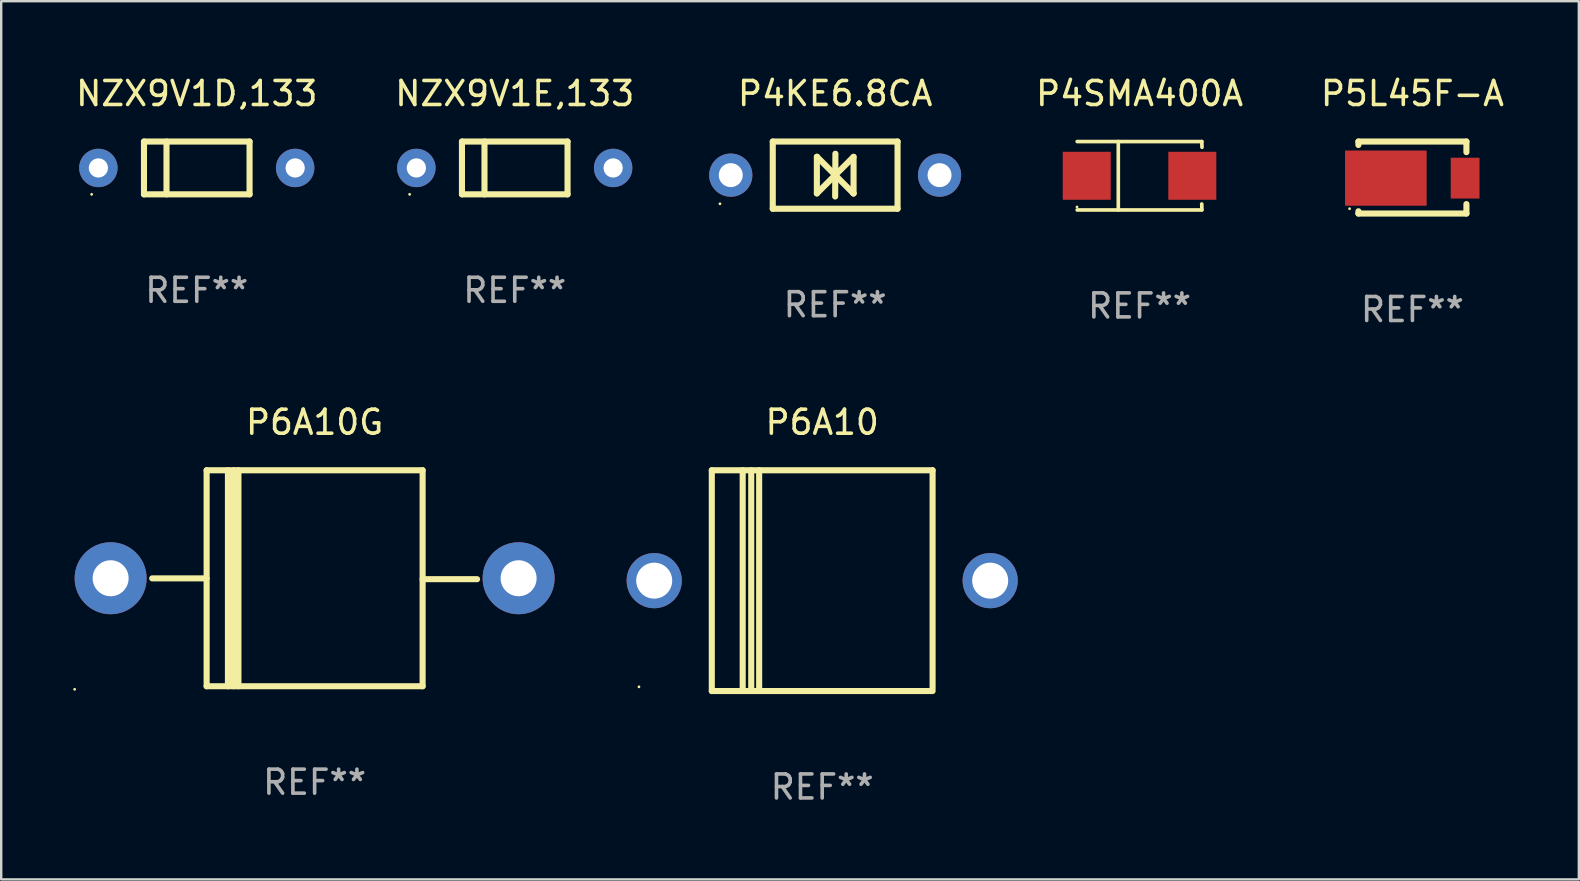
<source format=kicad_pcb>
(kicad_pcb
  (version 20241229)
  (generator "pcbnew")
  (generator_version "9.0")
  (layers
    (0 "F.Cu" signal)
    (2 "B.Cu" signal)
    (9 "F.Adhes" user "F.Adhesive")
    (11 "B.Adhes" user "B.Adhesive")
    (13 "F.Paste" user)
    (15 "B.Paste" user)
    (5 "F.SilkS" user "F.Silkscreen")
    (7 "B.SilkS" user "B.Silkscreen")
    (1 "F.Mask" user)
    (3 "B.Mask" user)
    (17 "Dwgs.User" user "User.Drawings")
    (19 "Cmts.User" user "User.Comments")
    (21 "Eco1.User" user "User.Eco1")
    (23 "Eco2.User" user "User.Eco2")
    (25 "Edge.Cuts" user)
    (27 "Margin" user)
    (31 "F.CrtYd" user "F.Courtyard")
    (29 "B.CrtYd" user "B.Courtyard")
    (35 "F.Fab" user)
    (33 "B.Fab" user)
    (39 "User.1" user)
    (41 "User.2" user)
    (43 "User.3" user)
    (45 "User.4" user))
  (footprint "P5L45F-A"
    (layer "F.Cu")
    (at 55.804 4.348)
    (property "Reference" "P5L45F-A" (at 0 -3.5 0) (layer "F.SilkS") (effects (font (size 1 1) (thickness 0.15))))
    (attr through_hole)
    (fp_line (start -2.25 1.5) (end -2.25 1.405) (stroke (width 0.254) (type solid)) (layer "F.SilkS"))
    (fp_line (start -2.25 -1.5) (end -2.25 -1.357) (stroke (width 0.254) (type solid)) (layer "F.SilkS"))
    (fp_line (start -2.25 -1.5) (end 2.25 -1.5) (stroke (width 0.254) (type solid)) (layer "F.SilkS"))
    (fp_line (start 2.25 1.5) (end -2.25 1.5) (stroke (width 0.254) (type solid)) (layer "F.SilkS"))
    (fp_line (start 2.25 -1.5) (end 2.25 -1.057) (stroke (width 0.254) (type solid)) (layer "F.SilkS"))
    (fp_line (start 2.25 1.105) (end 2.25 1.5) (stroke (width 0.254) (type solid)) (layer "F.SilkS"))
    (fp_circle (center -2.618 1.299) (end -2.588 1.299) (stroke (width 0.06) (type solid)) (fill no) (layer "F.SilkS"))
    (fp_text user "REF**" (at 0 5.5 0) (layer "F.Fab") (effects (font (size 1 1) (thickness 0.15))))
    (pad "1" smd rect (at -1.107 0.024) (size 3.4 2.3) (layers "F.Cu" "F.Mask" "F.Paste"))
    (pad "2" smd rect (at 2.195 0.024) (size 1.2 1.7) (layers "F.Cu" "F.Mask" "F.Paste")))
  (footprint "P4SMA400A"
    (layer "F.Cu")
    (at 44.435 4.274)
    (property "Reference" "P4SMA400A" (at 0 -3.426 0) (layer "F.SilkS") (effects (font (size 1 1) (thickness 0.15))))
    (attr through_hole)
    (fp_line (start -2.6 -1.426) (end 2.593 -1.426) (stroke (width 0.152) (type solid)) (layer "F.SilkS"))
    (fp_line (start -2.6 1.426) (end 2.593 1.426) (stroke (width 0.152) (type solid)) (layer "F.SilkS"))
    (fp_line (start -0.887 -1.426) (end -0.887 1.426) (stroke (width 0.152) (type solid)) (layer "F.SilkS"))
    (fp_line (start 2.59 1.176) (end 2.597 1.415) (stroke (width 0.152) (type solid)) (layer "F.SilkS"))
    (fp_line (start 2.593 -1.426) (end 2.6 -1.187) (stroke (width 0.152) (type solid)) (layer "F.SilkS"))
    (fp_circle (center -2.608 1.3) (end -2.578 1.3) (stroke (width 0.06) (type solid)) (fill no) (layer "F.SilkS"))
    (fp_text user "REF**" (at 0 5.426 0) (layer "F.Fab") (effects (font (size 1 1) (thickness 0.15))))
    (pad "1" smd rect (at -2.203 0 180) (size 2 2) (layers "F.Cu" "F.Mask" "F.Paste"))
    (pad "2" smd rect (at 2.197 0 180) (size 2 2) (layers "F.Cu" "F.Mask" "F.Paste")))
  (footprint "P6A10G"
    (layer "F.Cu")
    (at 10.06 21.045)
    (property "Reference" "P6A10G" (at 0 -6.5 0) (layer "F.SilkS") (effects (font (size 1 1) (thickness 0.15))))
    (attr through_hole)
    (fp_line (start -4.5 -4.5) (end -4.5 4.5) (stroke (width 0.254) (type solid)) (layer "F.SilkS"))
    (fp_line (start -4.5 0.005) (end -6.769 0.005) (stroke (width 0.254) (type solid)) (layer "F.SilkS"))
    (fp_line (start -3.612 -4.5) (end -3.612 4.5) (stroke (width 0.254) (type solid)) (layer "F.SilkS"))
    (fp_line (start -3.375 -4.5) (end -3.375 4.5) (stroke (width 0.254) (type solid)) (layer "F.SilkS"))
    (fp_line (start -3.175 -4.5) (end -3.175 4.5) (stroke (width 0.254) (type solid)) (layer "F.SilkS"))
    (fp_line (start 4.5 -4.5) (end -4.5 -4.5) (stroke (width 0.254) (type solid)) (layer "F.SilkS"))
    (fp_line (start 4.5 -4.5) (end 4.5 4.5) (stroke (width 0.254) (type solid)) (layer "F.SilkS"))
    (fp_line (start 4.5 0.039) (end 6.769 0.039) (stroke (width 0.254) (type solid)) (layer "F.SilkS"))
    (fp_line (start 4.5 4.5) (end -4.5 4.5) (stroke (width 0.254) (type solid)) (layer "F.SilkS"))
    (fp_circle (center -10 4.627) (end -9.97 4.627) (stroke (width 0.06) (type solid)) (fill no) (layer "F.SilkS"))
    (fp_text user "REF**" (at 0 8.5 0) (layer "F.Fab") (effects (font (size 1 1) (thickness 0.15))))
    (pad "1" thru_hole circle (at -8.5 0.000013) (size 3 3) (drill 1.5) (layers "*.Cu" "*.Mask"))
    (pad "2" thru_hole circle (at 8.5 0.000013) (size 3 3) (drill 1.5) (layers "*.Cu" "*.Mask")))
  (footprint "P6A10"
    (layer "F.Cu")
    (at 31.21 21.145)
    (property "Reference" "P6A10" (at 0 -6.6 0) (layer "F.SilkS") (effects (font (size 1 1) (thickness 0.15))))
    (attr through_hole)
    (fp_line (start -4.6 -4.6) (end -4.6 4.6) (stroke (width 0.254) (type solid)) (layer "F.SilkS"))
    (fp_line (start -4.6 -4.6) (end 4.6 -4.6) (stroke (width 0.254) (type solid)) (layer "F.SilkS"))
    (fp_line (start -4.6 4.6) (end 4.6 4.6) (stroke (width 0.254) (type solid)) (layer "F.SilkS"))
    (fp_line (start -3.313 -4.6) (end -3.313 4.6) (stroke (width 0.254) (type solid)) (layer "F.SilkS"))
    (fp_line (start -2.957 -4.6) (end -2.957 4.6) (stroke (width 0.254) (type solid)) (layer "F.SilkS"))
    (fp_line (start -2.627 -4.6) (end -2.627 4.6) (stroke (width 0.254) (type solid)) (layer "F.SilkS"))
    (fp_line (start 4.6 -4.6) (end 4.6 4.5) (stroke (width 0.254) (type solid)) (layer "F.SilkS"))
    (fp_circle (center -7.635 4.425) (end -7.605 4.425) (stroke (width 0.06) (type solid)) (fill no) (layer "F.SilkS"))
    (fp_text user "REF**" (at 0 8.6 0) (layer "F.Fab") (effects (font (size 1 1) (thickness 0.15))))
    (pad "1" thru_hole circle (at -7 0) (size 2.3 2.3) (drill 1.5) (layers "*.Cu" "*.Mask"))
    (pad "2" thru_hole circle (at 7 0) (size 2.3 2.3) (drill 1.5) (layers "*.Cu" "*.Mask")))
  (footprint "P4KE6.8CA"
    (layer "F.Cu")
    (at 31.75 4.248)
    (property "Reference" "P4KE6.8CA" (at 0 -3.4 0) (layer "F.SilkS") (effects (font (size 1 1) (thickness 0.15))))
    (attr through_hole)
    (fp_line (start -2.6 1.4) (end -2.6 -1.4) (stroke (width 0.254) (type solid)) (layer "F.SilkS"))
    (fp_line (start -0.762 -0.762) (end -0.762 0.762) (stroke (width 0.254) (type solid)) (layer "F.SilkS"))
    (fp_line (start -0.762 0.762) (end 0.006 -0.006) (stroke (width 0.254) (type solid)) (layer "F.SilkS"))
    (fp_line (start -0.755 -0.762) (end -0.762 -0.762) (stroke (width 0.254) (type solid)) (layer "F.SilkS"))
    (fp_line (start -0.001 0.004) (end -0.001 0.095) (stroke (width 0.254) (type solid)) (layer "F.SilkS"))
    (fp_line (start 0 0) (end 0.761 0.761) (stroke (width 0.254) (type solid)) (layer "F.SilkS"))
    (fp_line (start 0 0.889) (end 0.01 -0.892) (stroke (width 0.254) (type solid)) (layer "F.SilkS"))
    (fp_line (start 0.005 -0.001) (end -0.755 -0.762) (stroke (width 0.254) (type solid)) (layer "F.SilkS"))
    (fp_line (start 0.006 -0.006) (end 0.006 -0.096) (stroke (width 0.254) (type solid)) (layer "F.SilkS"))
    (fp_line (start 0.761 0.761) (end 0.767 0.761) (stroke (width 0.254) (type solid)) (layer "F.SilkS"))
    (fp_line (start 0.767 -0.763) (end -0.001 0.004) (stroke (width 0.254) (type solid)) (layer "F.SilkS"))
    (fp_line (start 0.767 0.761) (end 0.767 -0.763) (stroke (width 0.254) (type solid)) (layer "F.SilkS"))
    (fp_line (start 2.6 -1.4) (end -2.6 -1.4) (stroke (width 0.254) (type solid)) (layer "F.SilkS"))
    (fp_line (start 2.6 1.4) (end -2.6 1.4) (stroke (width 0.254) (type solid)) (layer "F.SilkS"))
    (fp_line (start 2.6 1.4) (end 2.6 -1.4) (stroke (width 0.254) (type solid)) (layer "F.SilkS"))
    (fp_circle (center -4.8 1.194) (end -4.77 1.194) (stroke (width 0.06) (type solid)) (fill no) (layer "F.SilkS"))
    (fp_text user "REF**" (at 0 5.4 0) (layer "F.Fab") (effects (font (size 1 1) (thickness 0.15))))
    (pad "1" thru_hole circle (at -4.35 0) (size 1.8 1.8) (drill 1) (layers "*.Cu" "*.Mask"))
    (pad "2" thru_hole circle (at 4.35 0) (size 1.8 1.8) (drill 1) (layers "*.Cu" "*.Mask")))
  (footprint "NZX9V1E,133"
    (layer "F.Cu")
    (at 18.399 3.948)
    (property "Reference" "NZX9V1E,133" (at 0 -3.1 0) (layer "F.SilkS") (effects (font (size 1 1) (thickness 0.15))))
    (attr through_hole)
    (fp_line (start -2.2 -1.1) (end -2.2 1.1) (stroke (width 0.254) (type solid)) (layer "F.SilkS"))
    (fp_line (start -2.2 -1.1) (end 2.2 -1.1) (stroke (width 0.254) (type solid)) (layer "F.SilkS"))
    (fp_line (start -2.2 1.1) (end 2.2 1.1) (stroke (width 0.254) (type solid)) (layer "F.SilkS"))
    (fp_line (start -1.261 -1.1) (end -1.261 1.1) (stroke (width 0.254) (type solid)) (layer "F.SilkS"))
    (fp_line (start 2.2 -1.1) (end 2.2 1.1) (stroke (width 0.254) (type solid)) (layer "F.SilkS"))
    (fp_circle (center -4.38 1.1) (end -4.35 1.1) (stroke (width 0.06) (type solid)) (fill no) (layer "F.SilkS"))
    (fp_text user "REF**" (at 0 5.1 0) (layer "F.Fab") (effects (font (size 1 1) (thickness 0.15))))
    (pad "1" thru_hole circle (at -4.1 0) (size 1.6 1.6) (drill 0.8) (layers "*.Cu" "*.Mask"))
    (pad "2" thru_hole circle (at 4.1 0) (size 1.6 1.6) (drill 0.8) (layers "*.Cu" "*.Mask")))
  (footprint "NZX9V1D,133"
    (layer "F.Cu")
    (at 5.149 3.948)
    (property "Reference" "NZX9V1D,133" (at 0 -3.1 0) (layer "F.SilkS") (effects (font (size 1 1) (thickness 0.15))))
    (attr through_hole)
    (fp_line (start -2.2 -1.1) (end -2.2 1.1) (stroke (width 0.254) (type solid)) (layer "F.SilkS"))
    (fp_line (start -2.2 -1.1) (end 2.2 -1.1) (stroke (width 0.254) (type solid)) (layer "F.SilkS"))
    (fp_line (start -2.2 1.1) (end 2.2 1.1) (stroke (width 0.254) (type solid)) (layer "F.SilkS"))
    (fp_line (start -1.261 -1.1) (end -1.261 1.1) (stroke (width 0.254) (type solid)) (layer "F.SilkS"))
    (fp_line (start 2.2 -1.1) (end 2.2 1.1) (stroke (width 0.254) (type solid)) (layer "F.SilkS"))
    (fp_circle (center -4.38 1.1) (end -4.35 1.1) (stroke (width 0.06) (type solid)) (fill no) (layer "F.SilkS"))
    (fp_text user "REF**" (at 0 5.1 0) (layer "F.Fab") (effects (font (size 1 1) (thickness 0.15))))
    (pad "1" thru_hole circle (at -4.1 0) (size 1.6 1.6) (drill 0.8) (layers "*.Cu" "*.Mask"))
    (pad "2" thru_hole circle (at 4.1 0) (size 1.6 1.6) (drill 0.8) (layers "*.Cu" "*.Mask")))
  (gr_rect
    (start -3 -3)
    (end 62.738 33.593)
    (stroke (width 0.1) (type default))
    (fill no)
    (layer "Edge.Cuts")))
</source>
